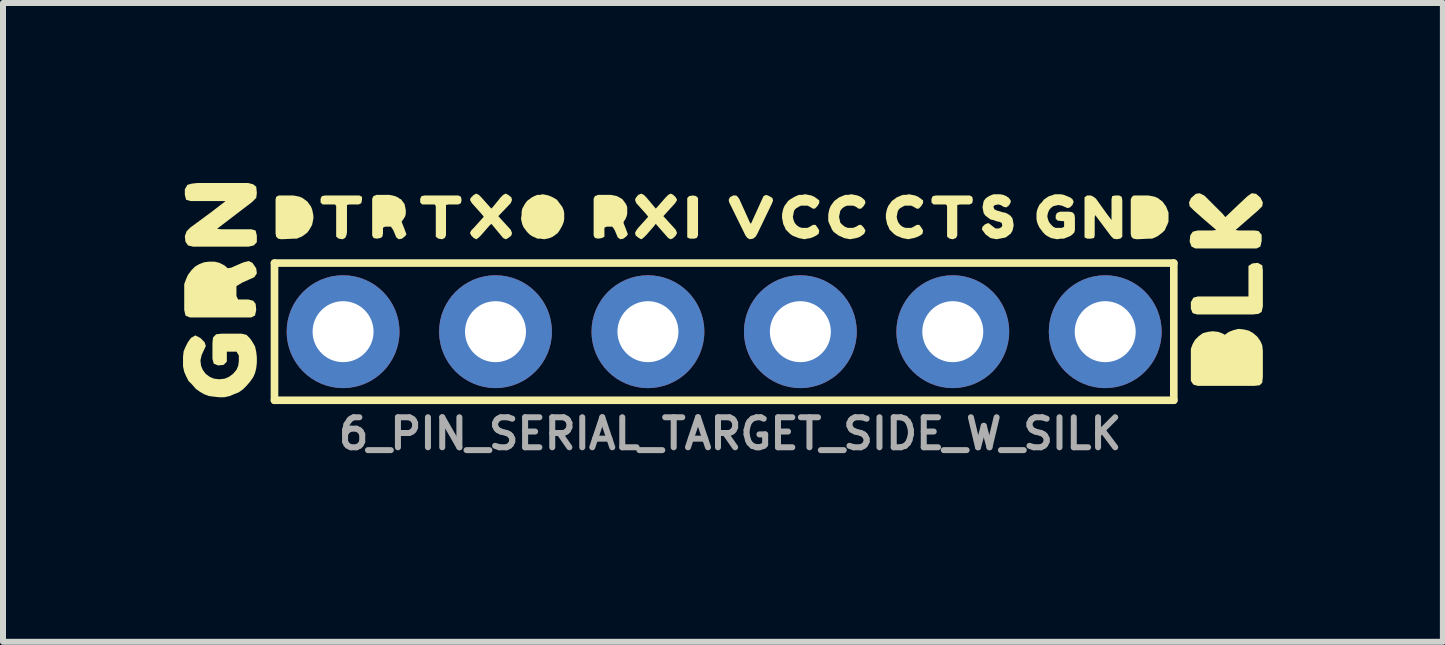
<source format=kicad_pcb>
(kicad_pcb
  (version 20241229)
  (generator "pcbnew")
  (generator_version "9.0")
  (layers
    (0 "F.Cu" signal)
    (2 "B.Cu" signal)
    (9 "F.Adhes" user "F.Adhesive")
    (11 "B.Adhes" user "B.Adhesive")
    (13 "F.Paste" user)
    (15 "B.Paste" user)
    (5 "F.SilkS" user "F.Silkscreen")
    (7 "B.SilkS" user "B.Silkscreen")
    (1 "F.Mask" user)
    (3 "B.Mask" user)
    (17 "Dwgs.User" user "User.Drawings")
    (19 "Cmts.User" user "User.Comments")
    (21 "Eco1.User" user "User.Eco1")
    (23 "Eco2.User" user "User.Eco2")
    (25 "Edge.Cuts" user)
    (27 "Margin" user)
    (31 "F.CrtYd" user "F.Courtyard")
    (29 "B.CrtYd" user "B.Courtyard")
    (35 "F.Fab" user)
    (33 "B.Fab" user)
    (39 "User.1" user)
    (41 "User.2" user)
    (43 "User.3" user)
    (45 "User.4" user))
  (footprint "6_PIN_SERIAL_TARGET_SIDE_W_SILK"
    (layer "F.Cu")
    (at 9.017 2.477)
    (property "Reference" "6_PIN_SERIAL_TARGET_SIDE_W_SILK" (at 0.1 1.7 0) (layer "F.Fab") (effects (font (size 0.5 0.5) (thickness 0.1))))
    (fp_line (start -7.493 -1.143) (end 7.493 -1.143) (stroke (width 0.127) (type solid)) (layer "F.SilkS"))
    (fp_line (start -7.493 1.143) (end -7.493 -1.143) (stroke (width 0.127) (type solid)) (layer "F.SilkS"))
    (fp_line (start 7.493 -1.143) (end 7.493 1.143) (stroke (width 0.127) (type solid)) (layer "F.SilkS"))
    (fp_line (start 7.493 1.143) (end -7.493 1.143) (stroke (width 0.127) (type solid)) (layer "F.SilkS"))
    (fp_poly (pts (xy -0.468 -2.26) (xy -0.435 -2.227) (xy -0.435 -1.604) (xy -0.457 -1.561) (xy -0.499 -1.55) (xy -0.571 -1.55) (xy -0.615 -1.572) (xy -0.615 -2.227) (xy -0.582 -2.26) (xy -0.52 -2.27)) (stroke (width 0) (type default)) (fill yes) (layer "F.SilkS"))
    (fp_poly (pts (xy 8.967 -1.105) (xy 8.977 -1.022) (xy 8.977 -0.421) (xy 8.956 -0.329) (xy 8.904 -0.297) (xy 8.812 -0.287) (xy 7.881 -0.287) (xy 7.808 -0.308) (xy 7.777 -0.381) (xy 7.777 -0.493) (xy 7.819 -0.566) (xy 7.891 -0.587) (xy 8.737 -0.587) (xy 8.737 -1.095) (xy 8.8 -1.137) (xy 8.893 -1.147)) (stroke (width 0) (type default)) (fill yes) (layer "F.SilkS"))
    (fp_poly (pts (xy -4.386 -2.248) (xy -4.375 -2.195) (xy -4.386 -2.142) (xy -4.429 -2.12) (xy -4.59 -2.12) (xy -4.635 -2.111) (xy -4.635 -1.604) (xy -4.656 -1.561) (xy -4.699 -1.54) (xy -4.762 -1.55) (xy -4.805 -1.583) (xy -4.805 -2.093) (xy -4.823 -2.12) (xy -5.032 -2.12) (xy -5.065 -2.153) (xy -5.065 -2.216) (xy -5.043 -2.259) (xy -4.99 -2.27) (xy -4.429 -2.27)) (stroke (width 0) (type default)) (fill yes) (layer "F.SilkS"))
    (fp_poly (pts (xy 4.134 -2.248) (xy 4.145 -2.195) (xy 4.134 -2.142) (xy 4.091 -2.12) (xy 3.93 -2.12) (xy 3.885 -2.111) (xy 3.885 -1.604) (xy 3.864 -1.561) (xy 3.81 -1.54) (xy 3.758 -1.55) (xy 3.715 -1.583) (xy 3.715 -2.093) (xy 3.697 -2.12) (xy 3.488 -2.12) (xy 3.455 -2.153) (xy 3.455 -2.216) (xy 3.477 -2.259) (xy 3.53 -2.27) (xy 4.091 -2.27)) (stroke (width 0) (type default)) (fill yes) (layer "F.SilkS"))
    (fp_poly (pts (xy -6.035 -2.248) (xy -6.035 -2.195) (xy -6.046 -2.142) (xy -6.089 -2.12) (xy -6.249 -2.12) (xy -6.285 -2.111) (xy -6.285 -1.655) (xy -6.295 -1.603) (xy -6.316 -1.561) (xy -6.359 -1.54) (xy -6.422 -1.55) (xy -6.465 -1.583) (xy -6.465 -2.093) (xy -6.483 -2.12) (xy -6.692 -2.12) (xy -6.725 -2.153) (xy -6.725 -2.216) (xy -6.703 -2.259) (xy -6.65 -2.27) (xy -6.079 -2.27)) (stroke (width 0) (type default)) (fill yes) (layer "F.SilkS"))
    (fp_poly (pts (xy 0.752 -2.259) (xy 0.804 -2.228) (xy 0.815 -2.185) (xy 0.795 -2.133) (xy 0.554 -1.633) (xy 0.524 -1.582) (xy 0.482 -1.55) (xy 0.429 -1.54) (xy 0.387 -1.561) (xy 0.356 -1.602) (xy 0.085 -2.153) (xy 0.075 -2.196) (xy 0.096 -2.239) (xy 0.149 -2.27) (xy 0.202 -2.27) (xy 0.234 -2.238) (xy 0.254 -2.207) (xy 0.434 -1.809) (xy 0.448 -1.802) (xy 0.656 -2.259) (xy 0.7 -2.28)) (stroke (width 0) (type default)) (fill yes) (layer "F.SilkS"))
    (fp_poly (pts (xy -7.079 -2.25) (xy -7.028 -2.229) (xy -6.946 -2.169) (xy -6.886 -2.087) (xy -6.865 -2.036) (xy -6.845 -1.935) (xy -6.845 -1.885) (xy -6.865 -1.783) (xy -6.886 -1.743) (xy -6.916 -1.692) (xy -6.946 -1.651) (xy -7.027 -1.591) (xy -7.073 -1.568) (xy -7.074 -1.572) (xy -7.119 -1.55) (xy -7.17 -1.55) (xy -7.38 -1.54) (xy -7.432 -1.55) (xy -7.465 -1.583) (xy -7.475 -1.635) (xy -7.475 -2.206) (xy -7.464 -2.248) (xy -7.421 -2.27) (xy -7.18 -2.27)) (stroke (width 0) (type default)) (fill yes) (layer "F.SilkS"))
    (fp_poly (pts (xy 6.153 -2.249) (xy 6.194 -2.219) (xy 6.374 -1.968) (xy 6.455 -1.86) (xy 6.455 -2.205) (xy 6.466 -2.259) (xy 6.52 -2.27) (xy 6.581 -2.27) (xy 6.624 -2.248) (xy 6.635 -2.195) (xy 6.635 -1.583) (xy 6.602 -1.55) (xy 6.54 -1.54) (xy 6.488 -1.55) (xy 6.446 -1.592) (xy 6.183 -1.943) (xy 6.175 -1.905) (xy 6.175 -1.604) (xy 6.164 -1.561) (xy 6.11 -1.55) (xy 6.049 -1.55) (xy 6.005 -1.572) (xy 6.005 -2.237) (xy 6.048 -2.27) (xy 6.111 -2.27)) (stroke (width 0) (type default)) (fill yes) (layer "F.SilkS"))
    (fp_poly (pts (xy 7.171 -2.25) (xy 7.222 -2.229) (xy 7.304 -2.169) (xy 7.364 -2.087) (xy 7.405 -1.986) (xy 7.405 -1.834) (xy 7.385 -1.783) (xy 7.365 -1.743) (xy 7.344 -1.692) (xy 7.303 -1.651) (xy 7.223 -1.591) (xy 7.186 -1.573) (xy 7.186 -1.572) (xy 7.182 -1.57) (xy 7.177 -1.568) (xy 7.177 -1.569) (xy 7.131 -1.55) (xy 7.08 -1.55) (xy 6.88 -1.54) (xy 6.818 -1.55) (xy 6.785 -1.583) (xy 6.775 -1.635) (xy 6.775 -2.206) (xy 6.796 -2.248) (xy 6.828 -2.27) (xy 7.07 -2.27)) (stroke (width 0) (type default)) (fill yes) (layer "F.SilkS"))
    (fp_poly (pts (xy 8.663 -0.037) (xy 8.744 -0.017) (xy 8.815 0.024) (xy 8.886 0.085) (xy 8.936 0.156) (xy 8.967 0.227) (xy 8.977 0.318) (xy 8.977 0.748) (xy 8.967 0.85) (xy 8.924 0.893) (xy 8.832 0.903) (xy 7.891 0.903) (xy 7.819 0.882) (xy 7.777 0.82) (xy 7.777 0.287) (xy 7.807 0.206) (xy 7.848 0.135) (xy 7.909 0.074) (xy 7.98 0.023) (xy 8.061 0.003) (xy 8.142 -0.007) (xy 8.233 0.003) (xy 8.314 0.034) (xy 8.342 0.052) (xy 8.41 0.004) (xy 8.491 -0.027) (xy 8.572 -0.047)) (stroke (width 0) (type default)) (fill yes) (layer "F.SilkS"))
    (fp_poly (pts (xy -7.85 -2.457) (xy -7.797 -2.415) (xy -7.787 -2.312) (xy -7.797 -2.23) (xy -7.869 -2.158) (xy -8.449 -1.715) (xy -8.392 -1.707) (xy -7.881 -1.707) (xy -7.808 -1.686) (xy -7.787 -1.603) (xy -7.787 -1.49) (xy -7.839 -1.437) (xy -7.921 -1.417) (xy -8.853 -1.417) (xy -8.935 -1.438) (xy -8.977 -1.5) (xy -8.987 -1.593) (xy -8.956 -1.675) (xy -8.895 -1.736) (xy -8.555 -1.986) (xy -8.307 -2.177) (xy -8.893 -2.177) (xy -8.966 -2.198) (xy -8.987 -2.281) (xy -8.987 -2.373) (xy -8.945 -2.446) (xy -8.873 -2.467) (xy -8.782 -2.477) (xy -7.931 -2.477)) (stroke (width 0) (type default)) (fill yes) (layer "F.SilkS"))
    (fp_poly (pts (xy -5.529 -2.27) (xy -5.488 -2.26) (xy -5.438 -2.239) (xy -5.395 -2.207) (xy -5.39 -2.213) (xy -5.325 -2.127) (xy -5.305 -2.025) (xy -5.305 -1.964) (xy -5.315 -1.923) (xy -5.346 -1.872) (xy -5.374 -1.834) (xy -5.365 -1.807) (xy -5.325 -1.707) (xy -5.315 -1.677) (xy -5.294 -1.624) (xy -5.316 -1.592) (xy -5.368 -1.55) (xy -5.421 -1.54) (xy -5.464 -1.572) (xy -5.514 -1.693) (xy -5.553 -1.75) (xy -5.649 -1.75) (xy -5.685 -1.732) (xy -5.685 -1.635) (xy -5.696 -1.582) (xy -5.728 -1.56) (xy -5.79 -1.55) (xy -5.843 -1.561) (xy -5.865 -1.604) (xy -5.865 -2.216) (xy -5.844 -2.259) (xy -5.791 -2.28) (xy -5.58 -2.28)) (stroke (width 0) (type default)) (fill yes) (layer "F.SilkS"))
    (fp_poly (pts (xy -1.788 -2.26) (xy -1.748 -2.239) (xy -1.701 -2.211) (xy -1.7 -2.213) (xy -1.697 -2.209) (xy -1.692 -2.206) (xy -1.694 -2.205) (xy -1.636 -2.127) (xy -1.615 -2.076) (xy -1.615 -1.964) (xy -1.625 -1.923) (xy -1.646 -1.873) (xy -1.675 -1.833) (xy -1.675 -1.806) (xy -1.635 -1.707) (xy -1.625 -1.677) (xy -1.604 -1.624) (xy -1.626 -1.592) (xy -1.678 -1.55) (xy -1.731 -1.54) (xy -1.774 -1.572) (xy -1.824 -1.693) (xy -1.863 -1.75) (xy -1.959 -1.75) (xy -1.995 -1.732) (xy -1.995 -1.582) (xy -2.038 -1.56) (xy -2.1 -1.55) (xy -2.153 -1.561) (xy -2.175 -1.604) (xy -2.175 -2.216) (xy -2.154 -2.259) (xy -2.101 -2.28) (xy -1.89 -2.28)) (stroke (width 0) (type default)) (fill yes) (layer "F.SilkS"))
    (fp_poly (pts (xy 8.864 -2.297) (xy 8.936 -2.235) (xy 8.977 -2.153) (xy 8.967 -2.09) (xy 8.895 -2.018) (xy 8.523 -1.695) (xy 8.572 -1.687) (xy 8.832 -1.687) (xy 8.905 -1.677) (xy 8.957 -1.614) (xy 8.957 -1.511) (xy 8.936 -1.419) (xy 8.873 -1.387) (xy 7.851 -1.387) (xy 7.788 -1.418) (xy 7.757 -1.501) (xy 7.767 -1.604) (xy 7.809 -1.666) (xy 7.891 -1.687) (xy 8.142 -1.687) (xy 8.2 -1.695) (xy 7.999 -1.868) (xy 7.829 -2.018) (xy 7.757 -2.09) (xy 7.747 -2.153) (xy 7.778 -2.225) (xy 7.86 -2.297) (xy 7.923 -2.307) (xy 8.005 -2.266) (xy 8.306 -1.965) (xy 8.352 -1.909) (xy 8.569 -2.116) (xy 8.719 -2.256) (xy 8.791 -2.307)) (stroke (width 0) (type default)) (fill yes) (layer "F.SilkS"))
    (fp_poly (pts (xy -3.597 -2.279) (xy -3.546 -2.238) (xy -3.535 -2.195) (xy -3.556 -2.142) (xy -3.763 -1.925) (xy -3.556 -1.698) (xy -3.535 -1.645) (xy -3.546 -1.602) (xy -3.597 -1.561) (xy -3.64 -1.539) (xy -3.683 -1.561) (xy -3.88 -1.798) (xy -3.916 -1.762) (xy -4.046 -1.612) (xy -4.087 -1.571) (xy -4.129 -1.539) (xy -4.173 -1.561) (xy -4.214 -1.602) (xy -4.236 -1.645) (xy -4.214 -1.688) (xy -4.174 -1.728) (xy -4.006 -1.915) (xy -4.034 -1.952) (xy -4.204 -2.142) (xy -4.235 -2.194) (xy -4.224 -2.228) (xy -4.173 -2.279) (xy -4.13 -2.301) (xy -4.087 -2.279) (xy -4.046 -2.238) (xy -3.88 -2.052) (xy -3.854 -2.078) (xy -3.724 -2.238) (xy -3.683 -2.279) (xy -3.64 -2.301)) (stroke (width 0) (type default)) (fill yes) (layer "F.SilkS"))
    (fp_poly (pts (xy -0.847 -2.279) (xy -0.806 -2.238) (xy -0.784 -2.195) (xy -0.816 -2.142) (xy -1.013 -1.925) (xy -0.806 -1.698) (xy -0.785 -1.645) (xy -0.806 -1.602) (xy -0.847 -1.561) (xy -0.89 -1.539) (xy -0.933 -1.561) (xy -1.14 -1.797) (xy -1.166 -1.762) (xy -1.296 -1.612) (xy -1.337 -1.571) (xy -1.379 -1.539) (xy -1.423 -1.561) (xy -1.474 -1.602) (xy -1.485 -1.646) (xy -1.464 -1.688) (xy -1.434 -1.728) (xy -1.266 -1.915) (xy -1.294 -1.952) (xy -1.464 -2.142) (xy -1.485 -2.195) (xy -1.474 -2.227) (xy -1.433 -2.279) (xy -1.38 -2.3) (xy -1.337 -2.279) (xy -1.296 -2.238) (xy -1.14 -2.052) (xy -1.114 -2.078) (xy -0.974 -2.238) (xy -0.933 -2.279) (xy -0.89 -2.301)) (stroke (width 0) (type default)) (fill yes) (layer "F.SilkS"))
    (fp_poly (pts (xy -7.859 -1.146) (xy -7.797 -1.054) (xy -7.787 -0.971) (xy -7.829 -0.908) (xy -8.03 -0.818) (xy -8.127 -0.759) (xy -8.127 -0.593) (xy -8.099 -0.537) (xy -7.931 -0.537) (xy -7.849 -0.516) (xy -7.807 -0.464) (xy -7.797 -0.362) (xy -7.818 -0.269) (xy -7.881 -0.237) (xy -8.903 -0.237) (xy -8.976 -0.268) (xy -8.997 -0.361) (xy -8.997 -0.793) (xy -8.967 -0.874) (xy -8.936 -0.945) (xy -8.879 -1.021) (xy -8.879 -1.022) (xy -8.876 -1.025) (xy -8.873 -1.03) (xy -8.872 -1.029) (xy -8.815 -1.086) (xy -8.744 -1.127) (xy -8.663 -1.157) (xy -8.582 -1.167) (xy -8.491 -1.167) (xy -8.41 -1.147) (xy -8.329 -1.106) (xy -8.271 -1.057) (xy -8.213 -1.067) (xy -8.054 -1.137) (xy -8.004 -1.157) (xy -7.921 -1.177)) (stroke (width 0) (type default)) (fill yes) (layer "F.SilkS"))
    (fp_poly (pts (xy -2.969 -2.28) (xy -2.928 -2.27) (xy -2.878 -2.25) (xy -2.838 -2.229) (xy -2.787 -2.199) (xy -2.696 -2.077) (xy -2.675 -2.026) (xy -2.665 -1.975) (xy -2.665 -1.875) (xy -2.675 -1.824) (xy -2.695 -1.773) (xy -2.716 -1.733) (xy -2.746 -1.682) (xy -2.776 -1.641) (xy -2.858 -1.581) (xy -2.908 -1.56) (xy -2.949 -1.55) (xy -3 -1.54) (xy -3.06 -1.55) (xy -3.111 -1.55) (xy -3.152 -1.57) (xy -3.202 -1.591) (xy -3.243 -1.621) (xy -3.284 -1.662) (xy -3.341 -1.738) (xy -3.342 -1.738) (xy -3.344 -1.743) (xy -3.347 -1.747) (xy -3.346 -1.747) (xy -3.365 -1.793) (xy -3.375 -1.834) (xy -3.385 -1.885) (xy -3.375 -1.945) (xy -3.375 -1.995) (xy -3.365 -2.047) (xy -3.344 -2.087) (xy -3.314 -2.138) (xy -3.284 -2.179) (xy -3.203 -2.239) (xy -3.162 -2.26) (xy -3.111 -2.28) (xy -3.061 -2.28) (xy -3.03 -2.29)) (stroke (width 0) (type default)) (fill yes) (layer "F.SilkS"))
    (fp_poly (pts (xy 2.221 -2.27) (xy 2.272 -2.249) (xy 2.313 -2.219) (xy 2.345 -2.188) (xy 2.355 -2.144) (xy 2.324 -2.092) (xy 2.282 -2.05) (xy 2.238 -2.05) (xy 2.198 -2.081) (xy 2.149 -2.1) (xy 2.051 -2.1) (xy 2.002 -2.081) (xy 1.964 -2.051) (xy 1.935 -2.013) (xy 1.915 -1.915) (xy 1.935 -1.817) (xy 1.973 -1.779) (xy 2.012 -1.749) (xy 2.061 -1.73) (xy 2.149 -1.73) (xy 2.198 -1.749) (xy 2.249 -1.78) (xy 2.282 -1.78) (xy 2.324 -1.738) (xy 2.356 -1.685) (xy 2.334 -1.632) (xy 2.293 -1.601) (xy 2.262 -1.58) (xy 2.201 -1.56) (xy 2.1 -1.54) (xy 1.998 -1.56) (xy 1.958 -1.58) (xy 1.908 -1.601) (xy 1.826 -1.661) (xy 1.796 -1.703) (xy 1.775 -1.753) (xy 1.755 -1.793) (xy 1.735 -1.844) (xy 1.735 -1.955) (xy 1.745 -2.006) (xy 1.755 -2.047) (xy 1.776 -2.097) (xy 1.836 -2.179) (xy 1.918 -2.239) (xy 2.019 -2.28) (xy 2.07 -2.28) (xy 2.12 -2.29)) (stroke (width 0) (type default)) (fill yes) (layer "F.SilkS"))
    (fp_poly (pts (xy 3.181 -2.27) (xy 3.232 -2.249) (xy 3.315 -2.188) (xy 3.315 -2.144) (xy 3.284 -2.092) (xy 3.242 -2.05) (xy 3.209 -2.05) (xy 3.158 -2.081) (xy 3.119 -2.1) (xy 3.011 -2.1) (xy 2.972 -2.081) (xy 2.923 -2.051) (xy 2.895 -2.013) (xy 2.875 -1.915) (xy 2.885 -1.866) (xy 2.904 -1.817) (xy 2.934 -1.779) (xy 2.972 -1.749) (xy 3.021 -1.73) (xy 3.119 -1.73) (xy 3.158 -1.749) (xy 3.209 -1.78) (xy 3.252 -1.78) (xy 3.284 -1.738) (xy 3.315 -1.686) (xy 3.305 -1.632) (xy 3.263 -1.601) (xy 3.222 -1.58) (xy 3.161 -1.56) (xy 3.111 -1.55) (xy 3.07 -1.54) (xy 2.969 -1.56) (xy 2.868 -1.601) (xy 2.827 -1.631) (xy 2.756 -1.702) (xy 2.735 -1.753) (xy 2.715 -1.793) (xy 2.695 -1.895) (xy 2.695 -1.955) (xy 2.705 -2.006) (xy 2.715 -2.047) (xy 2.736 -2.097) (xy 2.796 -2.179) (xy 2.878 -2.239) (xy 2.979 -2.28) (xy 3.03 -2.28) (xy 3.08 -2.29)) (stroke (width 0) (type default)) (fill yes) (layer "F.SilkS"))
    (fp_poly (pts (xy 1.451 -2.27) (xy 1.502 -2.249) (xy 1.585 -2.188) (xy 1.585 -2.144) (xy 1.554 -2.092) (xy 1.512 -2.05) (xy 1.479 -2.05) (xy 1.428 -2.081) (xy 1.389 -2.1) (xy 1.281 -2.1) (xy 1.242 -2.081) (xy 1.193 -2.051) (xy 1.165 -2.013) (xy 1.145 -1.915) (xy 1.155 -1.866) (xy 1.174 -1.817) (xy 1.204 -1.779) (xy 1.242 -1.749) (xy 1.291 -1.73) (xy 1.389 -1.73) (xy 1.428 -1.749) (xy 1.479 -1.78) (xy 1.522 -1.78) (xy 1.554 -1.738) (xy 1.585 -1.686) (xy 1.575 -1.632) (xy 1.533 -1.601) (xy 1.492 -1.58) (xy 1.441 -1.56) (xy 1.381 -1.55) (xy 1.34 -1.54) (xy 1.239 -1.56) (xy 1.138 -1.601) (xy 1.097 -1.631) (xy 1.026 -1.702) (xy 1.005 -1.753) (xy 0.985 -1.793) (xy 0.965 -1.895) (xy 0.965 -1.955) (xy 0.975 -2.006) (xy 0.985 -2.047) (xy 1.006 -2.097) (xy 1.066 -2.179) (xy 1.107 -2.209) (xy 1.158 -2.239) (xy 1.198 -2.26) (xy 1.249 -2.28) (xy 1.3 -2.28) (xy 1.35 -2.29)) (stroke (width 0) (type default)) (fill yes) (layer "F.SilkS"))
    (fp_poly (pts (xy 4.651 -2.28) (xy 4.702 -2.259) (xy 4.744 -2.229) (xy 4.775 -2.187) (xy 4.775 -2.154) (xy 4.744 -2.102) (xy 4.701 -2.07) (xy 4.658 -2.08) (xy 4.608 -2.11) (xy 4.57 -2.12) (xy 4.512 -2.11) (xy 4.486 -2.084) (xy 4.504 -2.039) (xy 4.542 -2.02) (xy 4.641 -1.99) (xy 4.692 -1.98) (xy 4.733 -1.959) (xy 4.774 -1.929) (xy 4.805 -1.887) (xy 4.815 -1.836) (xy 4.825 -1.775) (xy 4.815 -1.724) (xy 4.805 -1.683) (xy 4.774 -1.632) (xy 4.692 -1.57) (xy 4.54 -1.54) (xy 4.438 -1.56) (xy 4.356 -1.621) (xy 4.295 -1.704) (xy 4.305 -1.748) (xy 4.347 -1.789) (xy 4.401 -1.811) (xy 4.433 -1.789) (xy 4.483 -1.749) (xy 4.522 -1.72) (xy 4.579 -1.72) (xy 4.617 -1.739) (xy 4.635 -1.766) (xy 4.626 -1.812) (xy 4.588 -1.83) (xy 4.539 -1.84) (xy 4.489 -1.86) (xy 4.438 -1.87) (xy 4.356 -1.931) (xy 4.325 -1.973) (xy 4.305 -2.075) (xy 4.325 -2.177) (xy 4.356 -2.219) (xy 4.397 -2.249) (xy 4.438 -2.27) (xy 4.489 -2.29) (xy 4.6 -2.29)) (stroke (width 0) (type default)) (fill yes) (layer "F.SilkS"))
    (fp_poly (pts (xy 5.661 -2.28) (xy 5.762 -2.239) (xy 5.804 -2.208) (xy 5.825 -2.165) (xy 5.804 -2.112) (xy 5.763 -2.07) (xy 5.72 -2.06) (xy 5.629 -2.1) (xy 5.57 -2.11) (xy 5.521 -2.1) (xy 5.482 -2.09) (xy 5.444 -2.061) (xy 5.414 -2.023) (xy 5.395 -1.974) (xy 5.385 -1.925) (xy 5.395 -1.876) (xy 5.414 -1.827) (xy 5.444 -1.788) (xy 5.483 -1.749) (xy 5.521 -1.73) (xy 5.629 -1.73) (xy 5.665 -1.748) (xy 5.665 -1.84) (xy 5.558 -1.85) (xy 5.525 -1.883) (xy 5.525 -1.936) (xy 5.546 -1.979) (xy 5.599 -2) (xy 5.75 -2) (xy 5.802 -1.99) (xy 5.835 -1.957) (xy 5.845 -1.905) (xy 5.845 -1.694) (xy 5.835 -1.652) (xy 5.793 -1.611) (xy 5.762 -1.591) (xy 5.661 -1.55) (xy 5.61 -1.55) (xy 5.55 -1.54) (xy 5.448 -1.56) (xy 5.408 -1.581) (xy 5.357 -1.611) (xy 5.316 -1.652) (xy 5.256 -1.732) (xy 5.235 -1.773) (xy 5.215 -1.824) (xy 5.205 -1.875) (xy 5.205 -1.975) (xy 5.215 -2.026) (xy 5.235 -2.077) (xy 5.256 -2.118) (xy 5.296 -2.158) (xy 5.326 -2.199) (xy 5.367 -2.229) (xy 5.418 -2.26) (xy 5.458 -2.27) (xy 5.509 -2.29) (xy 5.61 -2.29)) (stroke (width 0) (type default)) (fill yes) (layer "F.SilkS"))
    (fp_poly (pts (xy -7.959 0.053) (xy -7.898 0.115) (xy -7.858 0.175) (xy -7.817 0.246) (xy -7.797 0.337) (xy -7.787 0.428) (xy -7.787 0.518) (xy -7.797 0.609) (xy -7.817 0.69) (xy -7.848 0.76) (xy -7.898 0.831) (xy -7.958 0.901) (xy -8.019 0.962) (xy -8.09 1.012) (xy -8.17 1.043) (xy -8.24 1.073) (xy -8.331 1.093) (xy -8.412 1.093) (xy -8.503 1.083) (xy -8.583 1.073) (xy -8.664 1.043) (xy -8.735 1.002) (xy -8.805 0.952) (xy -8.866 0.881) (xy -8.926 0.821) (xy -8.967 0.74) (xy -8.997 0.67) (xy -9.017 0.579) (xy -9.017 0.418) (xy -9.007 0.327) (xy -8.977 0.256) (xy -8.936 0.175) (xy -8.885 0.104) (xy -8.812 0.062) (xy -8.729 0.104) (xy -8.658 0.175) (xy -8.637 0.238) (xy -8.707 0.39) (xy -8.727 0.478) (xy -8.717 0.567) (xy -8.688 0.636) (xy -8.638 0.704) (xy -8.57 0.754) (xy -8.501 0.783) (xy -8.412 0.793) (xy -8.323 0.783) (xy -8.254 0.754) (xy -8.185 0.704) (xy -8.126 0.635) (xy -8.097 0.567) (xy -8.087 0.488) (xy -8.087 0.399) (xy -8.125 0.333) (xy -8.287 0.333) (xy -8.287 0.5) (xy -8.34 0.553) (xy -8.433 0.563) (xy -8.506 0.532) (xy -8.527 0.449) (xy -8.527 0.188) (xy -8.517 0.096) (xy -8.464 0.043) (xy -8.372 0.033) (xy -8.041 0.033)) (stroke (width 0) (type default)) (fill yes) (layer "F.SilkS"))
    (pad "1" thru_hole circle (at -6.35 0) (size 1.88 1.88) (drill 1.016) (layers "*.Cu" "*.Mask"))
    (pad "2" thru_hole circle (at -3.81 0) (size 1.88 1.88) (drill 1.016) (layers "*.Cu" "*.Mask"))
    (pad "3" thru_hole circle (at -1.27 0) (size 1.88 1.88) (drill 1.016) (layers "*.Cu" "*.Mask"))
    (pad "4" thru_hole circle (at 1.27 0) (size 1.88 1.88) (drill 1.016) (layers "*.Cu" "*.Mask"))
    (pad "5" thru_hole circle (at 3.81 0) (size 1.88 1.88) (drill 1.016) (layers "*.Cu" "*.Mask"))
    (pad "6" thru_hole circle (at 6.35 0) (size 1.88 1.88) (drill 1.016) (layers "*.Cu" "*.Mask")))
  (gr_rect
    (start -3 -3)
    (end 20.994 7.645)
    (stroke (width 0.1) (type default))
    (fill no)
    (layer "Edge.Cuts")))
</source>
